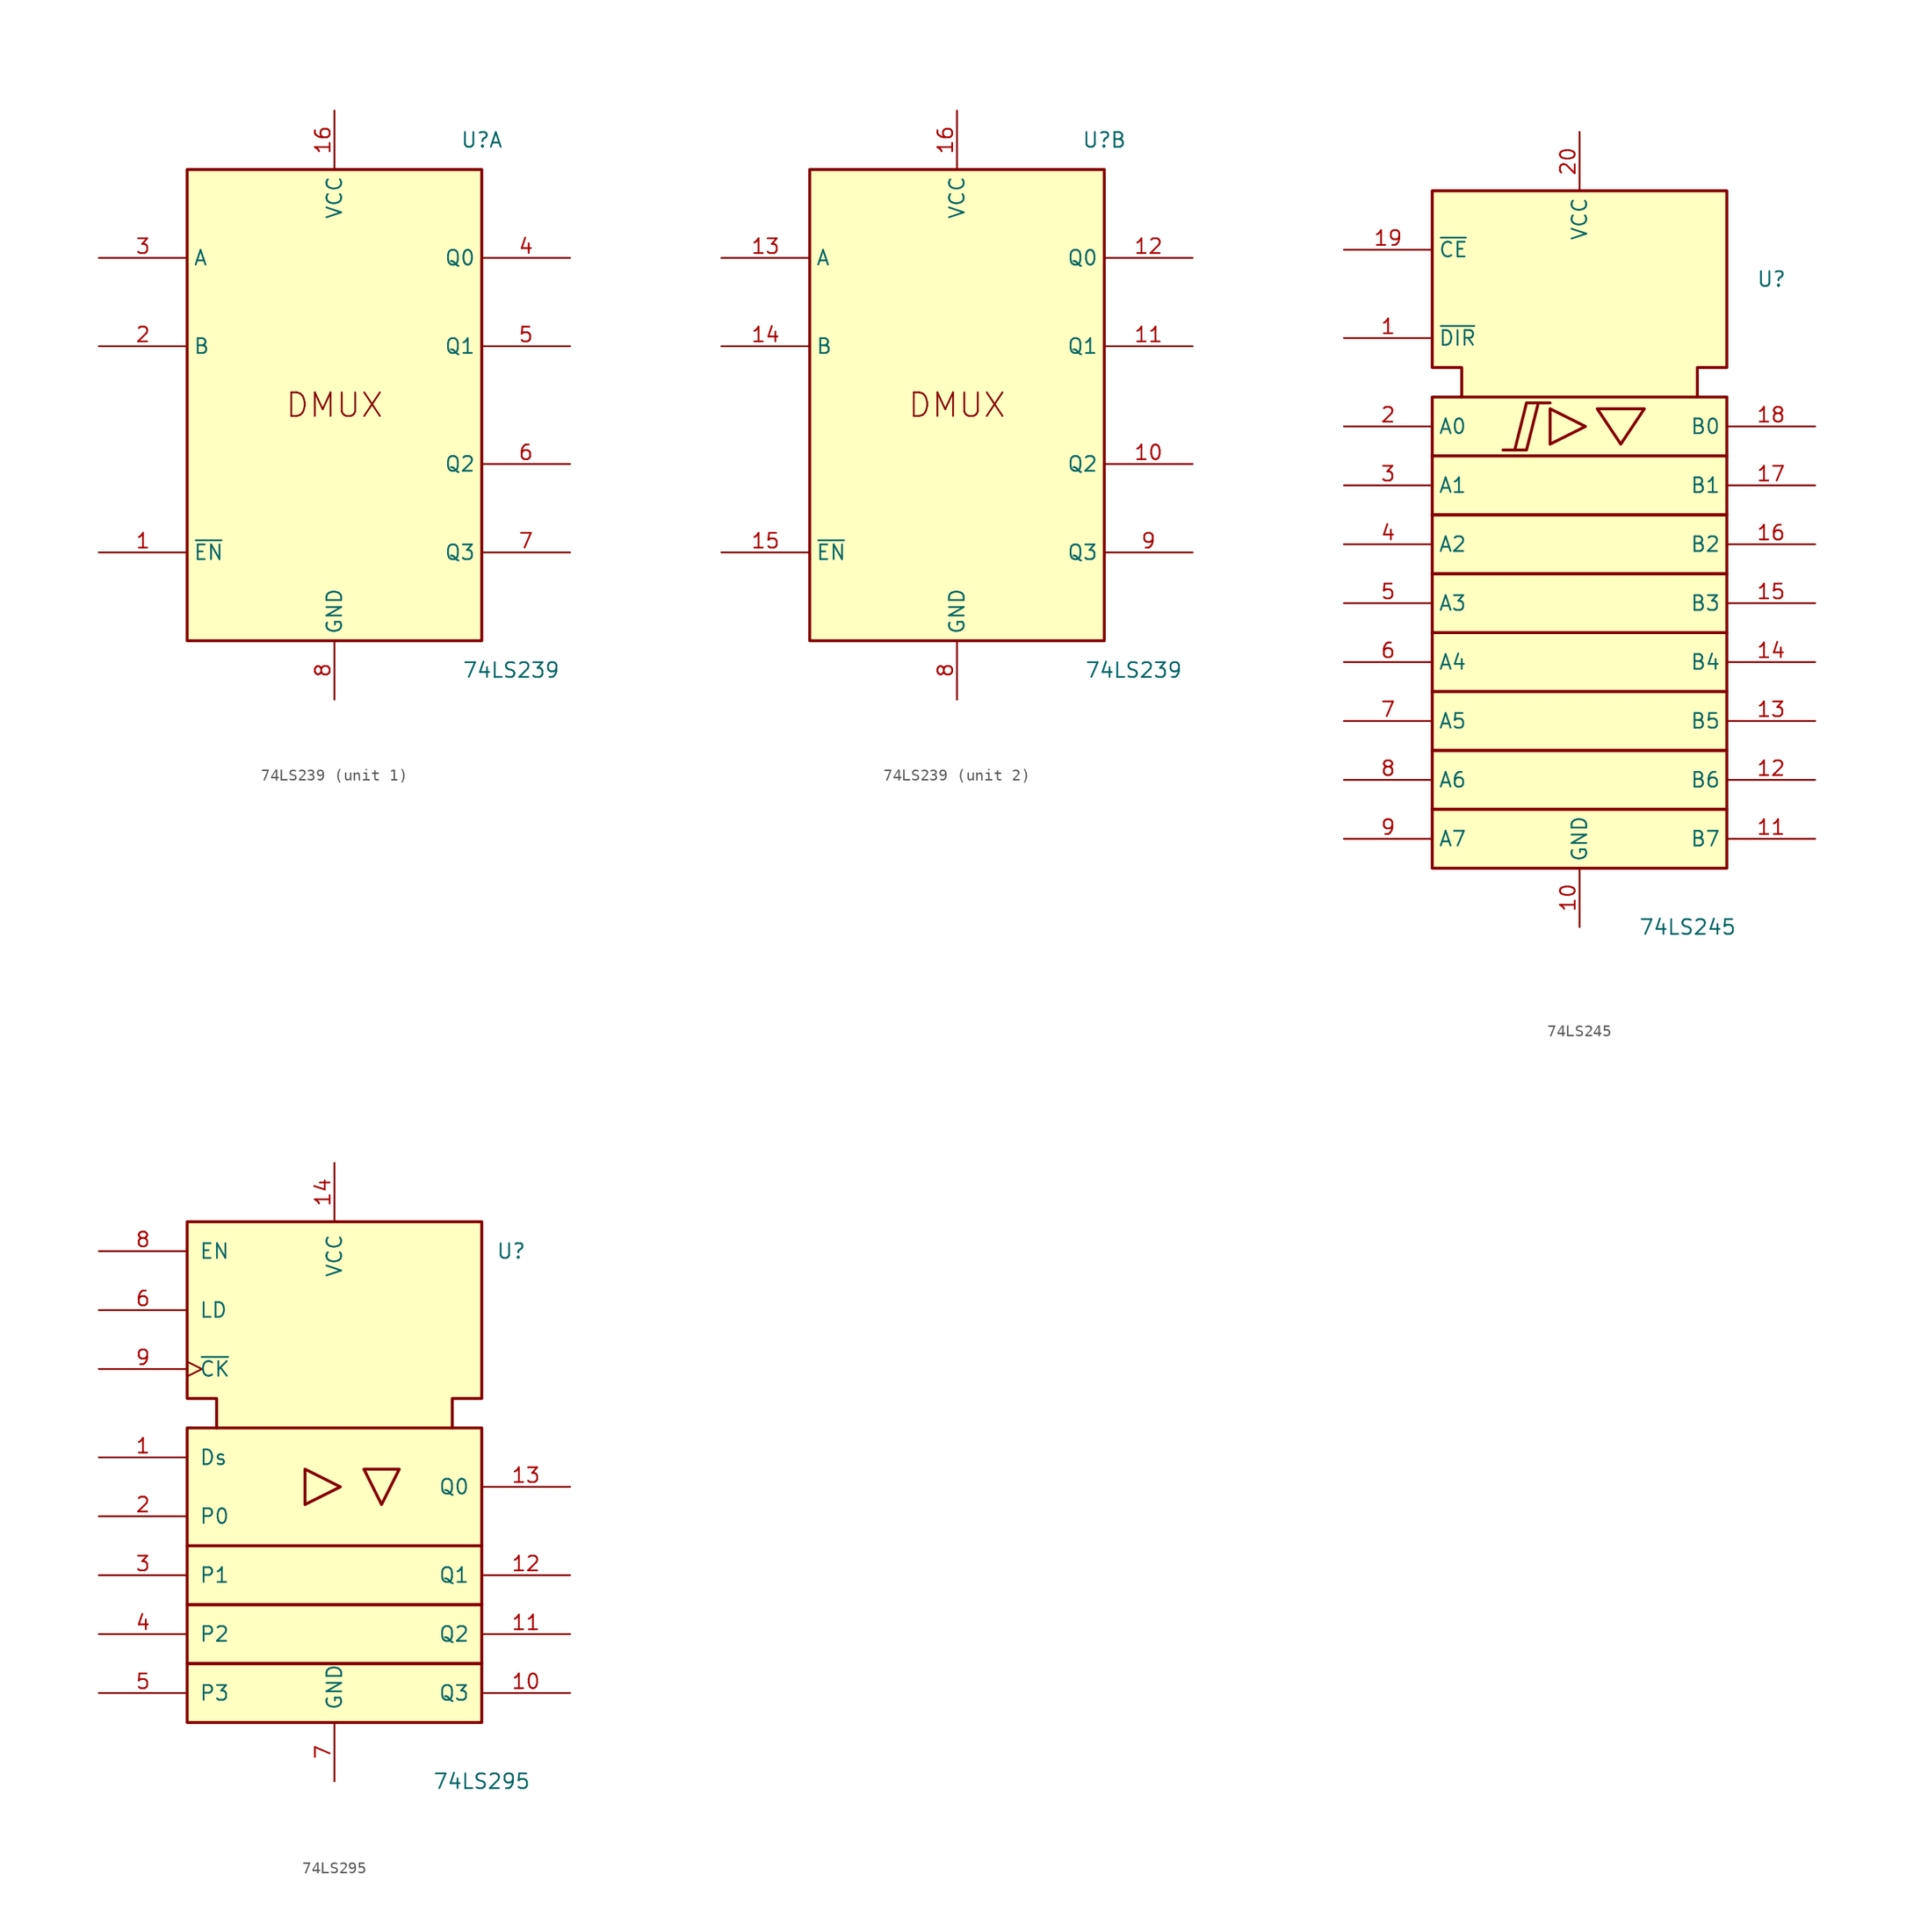
<source format=kicad_sym>
(kicad_symbol_lib
  (version 20220914)
  (generator kicad_symbol_editor)
  (symbol "74LS239"
    (property "Reference" "U"
      (at 12.7 22.86 0)
      (effects (font (size 1.27 1.27))))
    (property "Value" "74LS239"
      (at 15.24 -22.86 0)
      (effects (font (size 1.27 1.27))))
    (symbol "74LS239_0_0"
      (rectangle (start -12.7 20.32) (end 12.7 -20.32) (stroke (width 0.254) (type default)) (fill (type background)))
      (text "DMUX" (at 0 0 0) (effects (font (size 2.032 2.032))))
      (pin power_in line (at 0 25.4 270) (length 5.08) (name "VCC" (effects (font (size 1.27 1.27)))) (number "16" (effects (font (size 1.27 1.27)))))
      (pin power_in line (at 0 -25.4 90) (length 5.08) (name "GND" (effects (font (size 1.27 1.27)))) (number "8" (effects (font (size 1.27 1.27))))))
    (symbol "74LS239_1_1"
      (pin input line (at -20.32 -12.7 0) (length 7.62) (name "~{EN}" (effects (font (size 1.27 1.27)))) (number "1" (effects (font (size 1.27 1.27)))))
      (pin input line (at -20.32 5.08 0) (length 7.62) (name "B" (effects (font (size 1.27 1.27)))) (number "2" (effects (font (size 1.27 1.27)))))
      (pin input line (at -20.32 12.7 0) (length 7.62) (name "A" (effects (font (size 1.27 1.27)))) (number "3" (effects (font (size 1.27 1.27)))))
      (pin output line (at 20.32 12.7 180) (length 7.62) (name "Q0" (effects (font (size 1.27 1.27)))) (number "4" (effects (font (size 1.27 1.27)))))
      (pin output line (at 20.32 5.08 180) (length 7.62) (name "Q1" (effects (font (size 1.27 1.27)))) (number "5" (effects (font (size 1.27 1.27)))))
      (pin output line (at 20.32 -5.08 180) (length 7.62) (name "Q2" (effects (font (size 1.27 1.27)))) (number "6" (effects (font (size 1.27 1.27)))))
      (pin output line (at 20.32 -12.7 180) (length 7.62) (name "Q3" (effects (font (size 1.27 1.27)))) (number "7" (effects (font (size 1.27 1.27))))))
    (symbol "74LS239_2_1"
      (pin output line (at 20.32 -5.08 180) (length 7.62) (name "Q2" (effects (font (size 1.27 1.27)))) (number "10" (effects (font (size 1.27 1.27)))))
      (pin output line (at 20.32 5.08 180) (length 7.62) (name "Q1" (effects (font (size 1.27 1.27)))) (number "11" (effects (font (size 1.27 1.27)))))
      (pin output line (at 20.32 12.7 180) (length 7.62) (name "Q0" (effects (font (size 1.27 1.27)))) (number "12" (effects (font (size 1.27 1.27)))))
      (pin input line (at -20.32 12.7 0) (length 7.62) (name "A" (effects (font (size 1.27 1.27)))) (number "13" (effects (font (size 1.27 1.27)))))
      (pin input line (at -20.32 5.08 0) (length 7.62) (name "B" (effects (font (size 1.27 1.27)))) (number "14" (effects (font (size 1.27 1.27)))))
      (pin input line (at -20.32 -12.7 0) (length 7.62) (name "~{EN}" (effects (font (size 1.27 1.27)))) (number "15" (effects (font (size 1.27 1.27)))))
      (pin output line (at 20.32 -12.7 180) (length 7.62) (name "Q3" (effects (font (size 1.27 1.27)))) (number "9" (effects (font (size 1.27 1.27)))))))
  (symbol "74LS245"
    (property "Reference" "U"
      (at 15.24 25.4 0)
      (effects (font (size 1.27 1.27)) (justify left)))
    (property "Value" "74LS245"
      (at 5.08 -30.48 0)
      (effects (font (size 1.27 1.27)) (justify left)))
    (symbol "74LS245_0_0"
      (polyline (pts (xy -2.54 14.224) (xy -2.54 11.176) (xy 0.508 12.7) (xy -2.54 14.224) (xy -2.54 14.224)) (stroke (width 0.254) (type default)) (fill (type background)))
      (polyline (pts (xy 1.524 14.224) (xy 5.588 14.224) (xy 3.556 11.176) (xy 1.524 14.224) (xy 1.524 14.224)) (stroke (width 0.254) (type default)) (fill (type background)))
      (polyline (pts (xy -6.604 10.668) (xy -4.572 10.668) (xy -3.556 14.732) (xy -2.54 14.732) (xy -4.572 14.732) (xy -5.588 10.668) (xy -5.588 10.668)) (stroke (width 0.254) (type default)) (fill (type background)))
      (pin power_in line (at 0 -30.48 90) (length 5.08) (name "GND" (effects (font (size 1.27 1.27)))) (number "10" (effects (font (size 1.27 1.27)))))
      (pin power_in line (at 0 38.1 270) (length 5.08) (name "VCC" (effects (font (size 1.27 1.27)))) (number "20" (effects (font (size 1.27 1.27))))))
    (symbol "74LS245_0_1"
      (rectangle (start -12.7 -20.32) (end 12.7 -25.4) (stroke (width 0.254) (type default)) (fill (type background)))
      (rectangle (start -12.7 -15.24) (end 12.7 -20.32) (stroke (width 0.254) (type default)) (fill (type background)))
      (rectangle (start -12.7 -10.16) (end 12.7 -15.24) (stroke (width 0.254) (type default)) (fill (type background)))
      (rectangle (start -12.7 -5.08) (end 12.7 -10.16) (stroke (width 0.254) (type default)) (fill (type background)))
      (rectangle (start -12.7 0) (end 12.7 -5.08) (stroke (width 0.254) (type default)) (fill (type background)))
      (rectangle (start -12.7 5.08) (end 12.7 0) (stroke (width 0.254) (type default)) (fill (type background)))
      (rectangle (start -12.7 10.16) (end 12.7 5.08) (stroke (width 0.254) (type default)) (fill (type background)))
      (rectangle (start -12.7 15.24) (end 12.7 10.16) (stroke (width 0.254) (type default)) (fill (type background)))
      (polyline (pts (xy -10.16 15.24) (xy -10.16 17.78) (xy -12.7 17.78) (xy -12.7 33.02) (xy 12.7 33.02) (xy 12.7 17.78) (xy 10.16 17.78) (xy 10.16 15.24) (xy 10.16 15.24)) (stroke (width 0.254) (type default)) (fill (type background))))
    (symbol "74LS245_1_1"
      (pin input line (at -20.32 20.32 0) (length 7.62) (name "~{DIR}" (effects (font (size 1.27 1.27)))) (number "1" (effects (font (size 1.27 1.27)))))
      (pin tri_state line (at 20.32 -22.86 180) (length 7.62) (name "B7" (effects (font (size 1.27 1.27)))) (number "11" (effects (font (size 1.27 1.27)))))
      (pin tri_state line (at 20.32 -17.78 180) (length 7.62) (name "B6" (effects (font (size 1.27 1.27)))) (number "12" (effects (font (size 1.27 1.27)))))
      (pin tri_state line (at 20.32 -12.7 180) (length 7.62) (name "B5" (effects (font (size 1.27 1.27)))) (number "13" (effects (font (size 1.27 1.27)))))
      (pin tri_state line (at 20.32 -7.62 180) (length 7.62) (name "B4" (effects (font (size 1.27 1.27)))) (number "14" (effects (font (size 1.27 1.27)))))
      (pin tri_state line (at 20.32 -2.54 180) (length 7.62) (name "B3" (effects (font (size 1.27 1.27)))) (number "15" (effects (font (size 1.27 1.27)))))
      (pin tri_state line (at 20.32 2.54 180) (length 7.62) (name "B2" (effects (font (size 1.27 1.27)))) (number "16" (effects (font (size 1.27 1.27)))))
      (pin tri_state line (at 20.32 7.62 180) (length 7.62) (name "B1" (effects (font (size 1.27 1.27)))) (number "17" (effects (font (size 1.27 1.27)))))
      (pin tri_state line (at 20.32 12.7 180) (length 7.62) (name "B0" (effects (font (size 1.27 1.27)))) (number "18" (effects (font (size 1.27 1.27)))))
      (pin input line (at -20.32 27.94 0) (length 7.62) (name "~{CE}" (effects (font (size 1.27 1.27)))) (number "19" (effects (font (size 1.27 1.27)))))
      (pin tri_state line (at -20.32 12.7 0) (length 7.62) (name "A0" (effects (font (size 1.27 1.27)))) (number "2" (effects (font (size 1.27 1.27)))))
      (pin tri_state line (at -20.32 7.62 0) (length 7.62) (name "A1" (effects (font (size 1.27 1.27)))) (number "3" (effects (font (size 1.27 1.27)))))
      (pin tri_state line (at -20.32 2.54 0) (length 7.62) (name "A2" (effects (font (size 1.27 1.27)))) (number "4" (effects (font (size 1.27 1.27)))))
      (pin tri_state line (at -20.32 -2.54 0) (length 7.62) (name "A3" (effects (font (size 1.27 1.27)))) (number "5" (effects (font (size 1.27 1.27)))))
      (pin tri_state line (at -20.32 -7.62 0) (length 7.62) (name "A4" (effects (font (size 1.27 1.27)))) (number "6" (effects (font (size 1.27 1.27)))))
      (pin tri_state line (at -20.32 -12.7 0) (length 7.62) (name "A5" (effects (font (size 1.27 1.27)))) (number "7" (effects (font (size 1.27 1.27)))))
      (pin tri_state line (at -20.32 -17.78 0) (length 7.62) (name "A6" (effects (font (size 1.27 1.27)))) (number "8" (effects (font (size 1.27 1.27)))))
      (pin tri_state line (at -20.32 -22.86 0) (length 7.62) (name "A7" (effects (font (size 1.27 1.27)))) (number "9" (effects (font (size 1.27 1.27)))))))
  (symbol "74LS295"
    (pin_names
      (offset 1.016))
    (property "Reference" "U"
      (at 15.24 17.78 0)
      (effects (font (size 1.27 1.27))))
    (property "Value" "74LS295"
      (at 12.7 -27.94 0)
      (effects (font (size 1.27 1.27))))
    (symbol "74LS295_0_0"
      (pin power_in line (at 0 25.4 270) (length 5.08) (name "VCC" (effects (font (size 1.27 1.27)))) (number "14" (effects (font (size 1.27 1.27)))))
      (pin power_in line (at 0 -27.94 90) (length 5.08) (name "GND" (effects (font (size 1.27 1.27)))) (number "7" (effects (font (size 1.27 1.27))))))
    (symbol "74LS295_0_1"
      (rectangle (start -12.7 -17.78) (end 12.7 -22.86) (stroke (width 0.254) (type default)) (fill (type background)))
      (rectangle (start -12.7 -12.7) (end 12.7 -17.78) (stroke (width 0.254) (type default)) (fill (type background)))
      (rectangle (start -12.7 -7.62) (end 12.7 -12.7) (stroke (width 0.254) (type default)) (fill (type background)))
      (rectangle (start -12.7 2.54) (end 12.7 -7.62) (stroke (width 0.254) (type default)) (fill (type background)))
      (polyline (pts (xy -2.54 -1.016) (xy -2.54 -4.064) (xy 0.508 -2.54) (xy -2.54 -1.016) (xy -2.54 -1.016)) (stroke (width 0.254) (type default)) (fill (type background)))
      (polyline (pts (xy 5.588 -1.016) (xy 2.54 -1.016) (xy 4.064 -4.064) (xy 5.588 -1.016) (xy 5.588 -1.016)) (stroke (width 0.254) (type default)) (fill (type background)))
      (polyline (pts (xy -10.16 2.54) (xy -10.16 5.08) (xy -12.7 5.08) (xy -12.7 20.32) (xy 12.7 20.32) (xy 12.7 5.08) (xy 10.16 5.08) (xy 10.16 2.54) (xy 10.16 2.54)) (stroke (width 0.254) (type default)) (fill (type background))))
    (symbol "74LS295_1_1"
      (pin input line (at -20.32 0 0) (length 7.62) (name "Ds" (effects (font (size 1.27 1.27)))) (number "1" (effects (font (size 1.27 1.27)))))
      (pin output line (at 20.32 -20.32 180) (length 7.62) (name "Q3" (effects (font (size 1.27 1.27)))) (number "10" (effects (font (size 1.27 1.27)))))
      (pin output line (at 20.32 -15.24 180) (length 7.62) (name "Q2" (effects (font (size 1.27 1.27)))) (number "11" (effects (font (size 1.27 1.27)))))
      (pin output line (at 20.32 -10.16 180) (length 7.62) (name "Q1" (effects (font (size 1.27 1.27)))) (number "12" (effects (font (size 1.27 1.27)))))
      (pin output line (at 20.32 -2.54 180) (length 7.62) (name "Q0" (effects (font (size 1.27 1.27)))) (number "13" (effects (font (size 1.27 1.27)))))
      (pin input line (at -20.32 -5.08 0) (length 7.62) (name "P0" (effects (font (size 1.27 1.27)))) (number "2" (effects (font (size 1.27 1.27)))))
      (pin input line (at -20.32 -10.16 0) (length 7.62) (name "P1" (effects (font (size 1.27 1.27)))) (number "3" (effects (font (size 1.27 1.27)))))
      (pin input line (at -20.32 -15.24 0) (length 7.62) (name "P2" (effects (font (size 1.27 1.27)))) (number "4" (effects (font (size 1.27 1.27)))))
      (pin input line (at -20.32 -20.32 0) (length 7.62) (name "P3" (effects (font (size 1.27 1.27)))) (number "5" (effects (font (size 1.27 1.27)))))
      (pin input line (at -20.32 12.7 0) (length 7.62) (name "LD" (effects (font (size 1.27 1.27)))) (number "6" (effects (font (size 1.27 1.27)))))
      (pin input line (at -20.32 17.78 0) (length 7.62) (name "EN" (effects (font (size 1.27 1.27)))) (number "8" (effects (font (size 1.27 1.27)))))
      (pin input clock (at -20.32 7.62 0) (length 7.62) (name "~{CK}" (effects (font (size 1.27 1.27)))) (number "9" (effects (font (size 1.27 1.27))))))))
</source>
